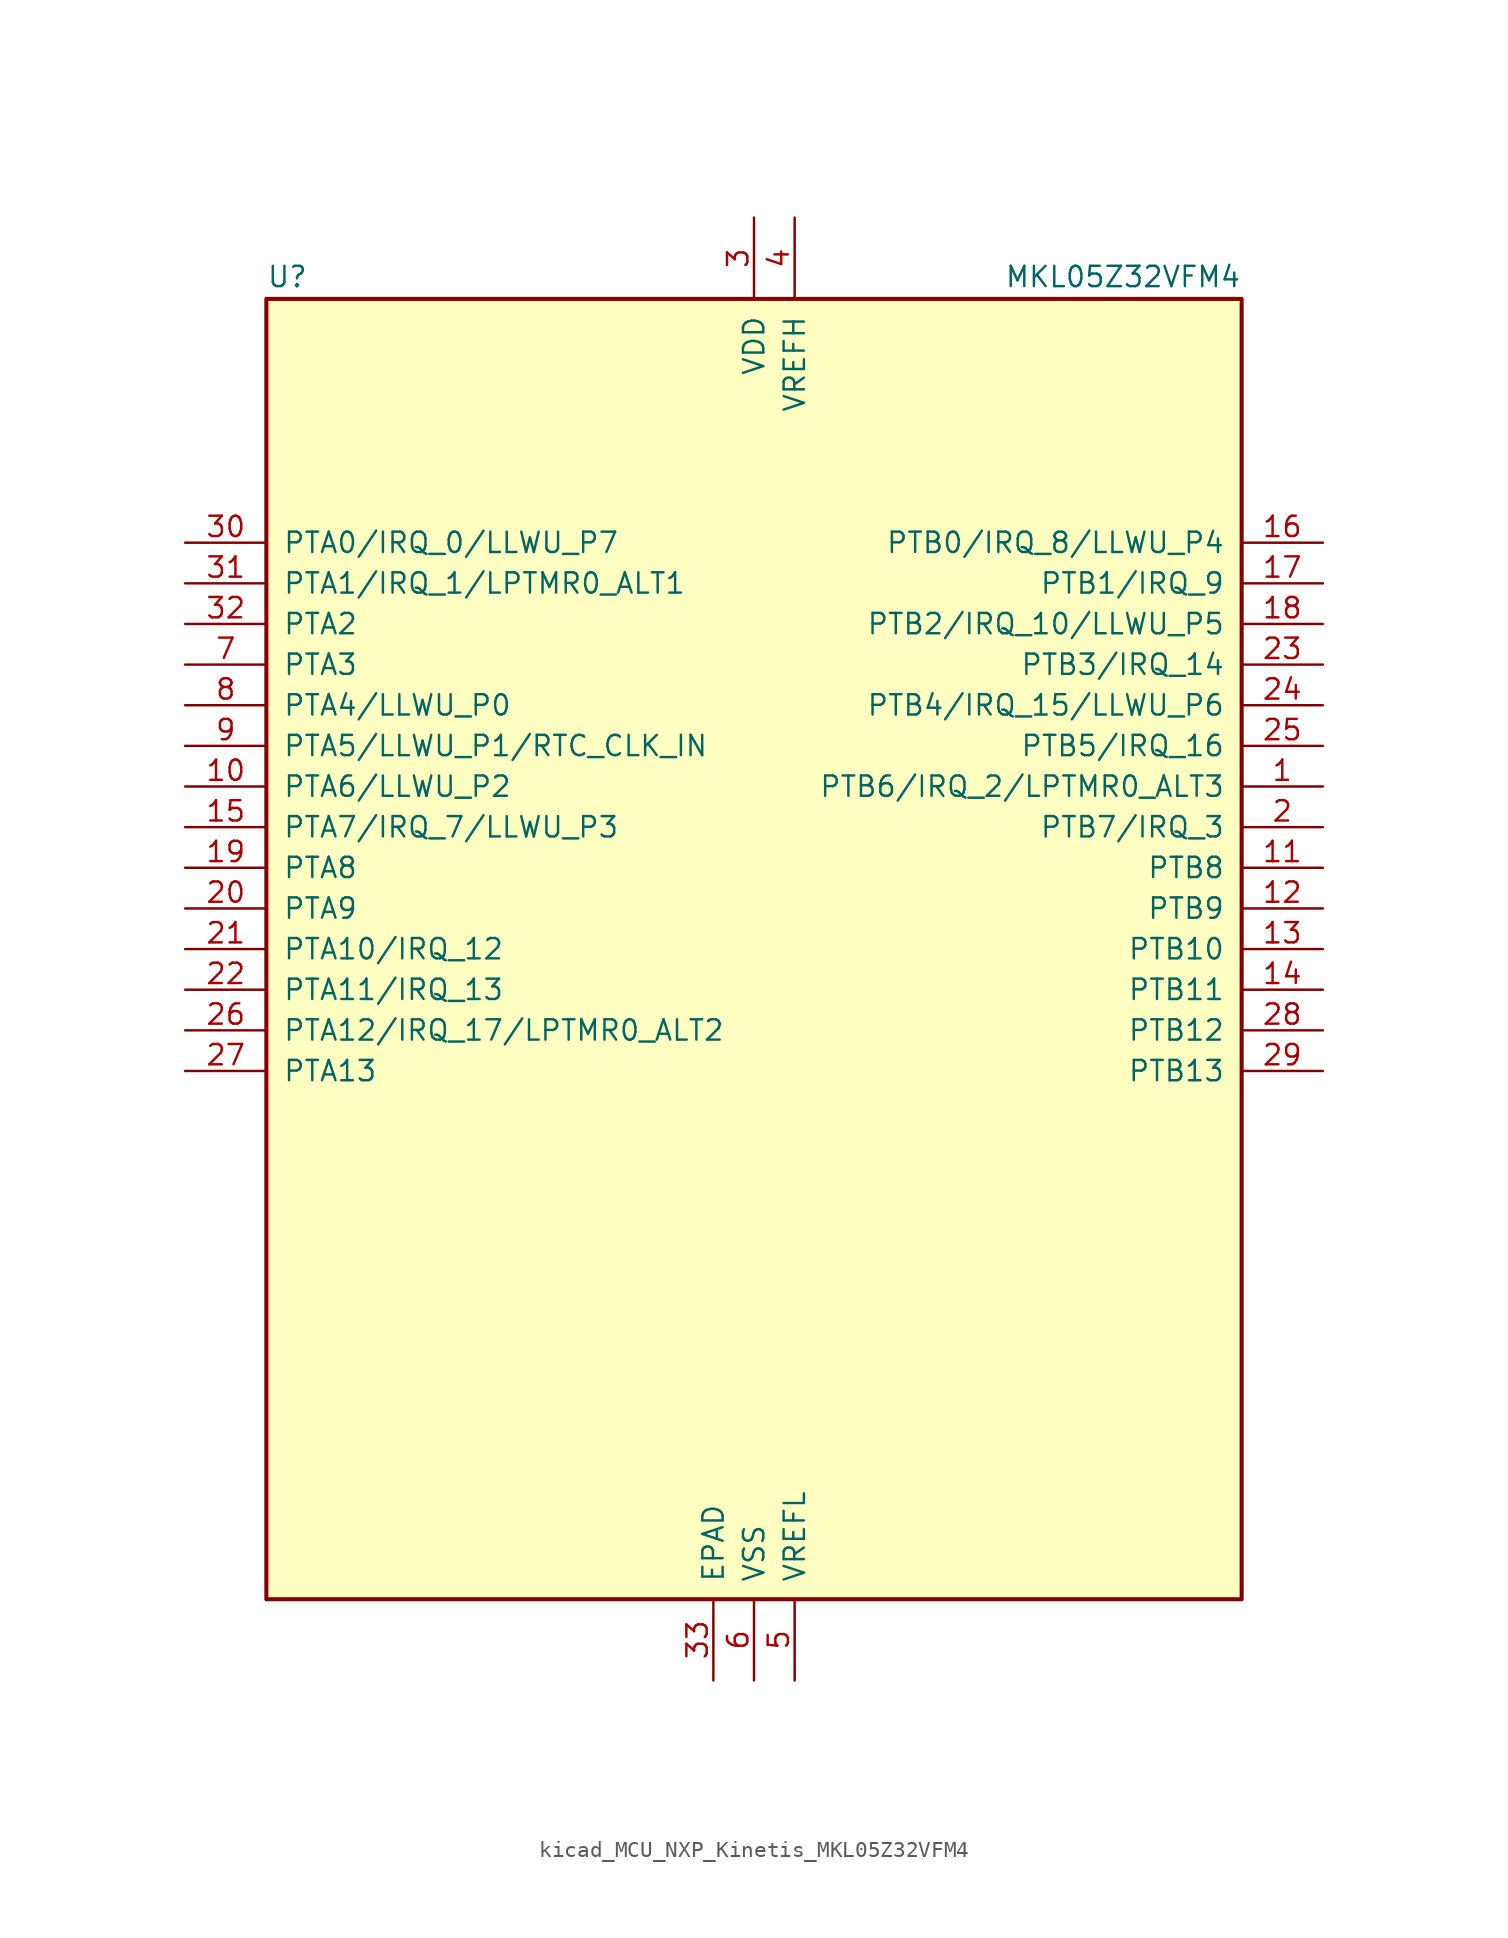
<source format=kicad_sym>
(kicad_symbol_lib
  (version 20220914)
  (generator kicad_symbol_editor)
  (symbol "kicad_MCU_NXP_Kinetis_MKL05Z32VFM4"
    (pin_names
      (offset 1.016))
    (property "Reference" "U"
      (at -30.48 41.275 0)
      (effects (font (size 1.27 1.27)) (justify left bottom)))
    (property "Value" "MKL05Z32VFM4"
      (at 30.48 41.275 0)
      (effects (font (size 1.27 1.27)) (justify right bottom)))
    (symbol "kicad_MCU_NXP_Kinetis_MKL05Z32VFM4_0_1"
      (rectangle (start -30.48 40.64) (end 30.48 -40.64) (stroke (width 0.254) (type default)) (fill (type background))))
    (symbol "kicad_MCU_NXP_Kinetis_MKL05Z32VFM4_1_1"
      (pin bidirectional line (at 35.56 10.16 180) (length 5.08) (name "PTB6/IRQ_2/LPTMR0_ALT3" (effects (font (size 1.27 1.27)))) (number "1" (effects (font (size 1.27 1.27)))))
      (pin bidirectional line (at -35.56 10.16 0) (length 5.08) (name "PTA6/LLWU_P2" (effects (font (size 1.27 1.27)))) (number "10" (effects (font (size 1.27 1.27)))))
      (pin bidirectional line (at 35.56 5.08 180) (length 5.08) (name "PTB8" (effects (font (size 1.27 1.27)))) (number "11" (effects (font (size 1.27 1.27)))))
      (pin bidirectional line (at 35.56 2.54 180) (length 5.08) (name "PTB9" (effects (font (size 1.27 1.27)))) (number "12" (effects (font (size 1.27 1.27)))))
      (pin bidirectional line (at 35.56 0 180) (length 5.08) (name "PTB10" (effects (font (size 1.27 1.27)))) (number "13" (effects (font (size 1.27 1.27)))))
      (pin bidirectional line (at 35.56 -2.54 180) (length 5.08) (name "PTB11" (effects (font (size 1.27 1.27)))) (number "14" (effects (font (size 1.27 1.27)))))
      (pin bidirectional line (at -35.56 7.62 0) (length 5.08) (name "PTA7/IRQ_7/LLWU_P3" (effects (font (size 1.27 1.27)))) (number "15" (effects (font (size 1.27 1.27)))))
      (pin bidirectional line (at 35.56 25.4 180) (length 5.08) (name "PTB0/IRQ_8/LLWU_P4" (effects (font (size 1.27 1.27)))) (number "16" (effects (font (size 1.27 1.27)))))
      (pin bidirectional line (at 35.56 22.86 180) (length 5.08) (name "PTB1/IRQ_9" (effects (font (size 1.27 1.27)))) (number "17" (effects (font (size 1.27 1.27)))))
      (pin bidirectional line (at 35.56 20.32 180) (length 5.08) (name "PTB2/IRQ_10/LLWU_P5" (effects (font (size 1.27 1.27)))) (number "18" (effects (font (size 1.27 1.27)))))
      (pin bidirectional line (at -35.56 5.08 0) (length 5.08) (name "PTA8" (effects (font (size 1.27 1.27)))) (number "19" (effects (font (size 1.27 1.27)))))
      (pin bidirectional line (at 35.56 7.62 180) (length 5.08) (name "PTB7/IRQ_3" (effects (font (size 1.27 1.27)))) (number "2" (effects (font (size 1.27 1.27)))))
      (pin bidirectional line (at -35.56 2.54 0) (length 5.08) (name "PTA9" (effects (font (size 1.27 1.27)))) (number "20" (effects (font (size 1.27 1.27)))))
      (pin bidirectional line (at -35.56 0 0) (length 5.08) (name "PTA10/IRQ_12" (effects (font (size 1.27 1.27)))) (number "21" (effects (font (size 1.27 1.27)))))
      (pin bidirectional line (at -35.56 -2.54 0) (length 5.08) (name "PTA11/IRQ_13" (effects (font (size 1.27 1.27)))) (number "22" (effects (font (size 1.27 1.27)))))
      (pin bidirectional line (at 35.56 17.78 180) (length 5.08) (name "PTB3/IRQ_14" (effects (font (size 1.27 1.27)))) (number "23" (effects (font (size 1.27 1.27)))))
      (pin bidirectional line (at 35.56 15.24 180) (length 5.08) (name "PTB4/IRQ_15/LLWU_P6" (effects (font (size 1.27 1.27)))) (number "24" (effects (font (size 1.27 1.27)))))
      (pin bidirectional line (at 35.56 12.7 180) (length 5.08) (name "PTB5/IRQ_16" (effects (font (size 1.27 1.27)))) (number "25" (effects (font (size 1.27 1.27)))))
      (pin bidirectional line (at -35.56 -5.08 0) (length 5.08) (name "PTA12/IRQ_17/LPTMR0_ALT2" (effects (font (size 1.27 1.27)))) (number "26" (effects (font (size 1.27 1.27)))))
      (pin bidirectional line (at -35.56 -7.62 0) (length 5.08) (name "PTA13" (effects (font (size 1.27 1.27)))) (number "27" (effects (font (size 1.27 1.27)))))
      (pin bidirectional line (at 35.56 -5.08 180) (length 5.08) (name "PTB12" (effects (font (size 1.27 1.27)))) (number "28" (effects (font (size 1.27 1.27)))))
      (pin bidirectional line (at 35.56 -7.62 180) (length 5.08) (name "PTB13" (effects (font (size 1.27 1.27)))) (number "29" (effects (font (size 1.27 1.27)))))
      (pin power_in line (at 0 45.72 270) (length 5.08) (name "VDD" (effects (font (size 1.27 1.27)))) (number "3" (effects (font (size 1.27 1.27)))))
      (pin bidirectional line (at -35.56 25.4 0) (length 5.08) (name "PTA0/IRQ_0/LLWU_P7" (effects (font (size 1.27 1.27)))) (number "30" (effects (font (size 1.27 1.27)))))
      (pin bidirectional line (at -35.56 22.86 0) (length 5.08) (name "PTA1/IRQ_1/LPTMR0_ALT1" (effects (font (size 1.27 1.27)))) (number "31" (effects (font (size 1.27 1.27)))))
      (pin bidirectional line (at -35.56 20.32 0) (length 5.08) (name "PTA2" (effects (font (size 1.27 1.27)))) (number "32" (effects (font (size 1.27 1.27)))))
      (pin power_in line (at -2.54 -45.72 90) (length 5.08) (name "EPAD" (effects (font (size 1.27 1.27)))) (number "33" (effects (font (size 1.27 1.27)))))
      (pin power_in line (at 2.54 45.72 270) (length 5.08) (name "VREFH" (effects (font (size 1.27 1.27)))) (number "4" (effects (font (size 1.27 1.27)))))
      (pin power_in line (at 2.54 -45.72 90) (length 5.08) (name "VREFL" (effects (font (size 1.27 1.27)))) (number "5" (effects (font (size 1.27 1.27)))))
      (pin power_in line (at 0 -45.72 90) (length 5.08) (name "VSS" (effects (font (size 1.27 1.27)))) (number "6" (effects (font (size 1.27 1.27)))))
      (pin bidirectional line (at -35.56 17.78 0) (length 5.08) (name "PTA3" (effects (font (size 1.27 1.27)))) (number "7" (effects (font (size 1.27 1.27)))))
      (pin bidirectional line (at -35.56 15.24 0) (length 5.08) (name "PTA4/LLWU_P0" (effects (font (size 1.27 1.27)))) (number "8" (effects (font (size 1.27 1.27)))))
      (pin bidirectional line (at -35.56 12.7 0) (length 5.08) (name "PTA5/LLWU_P1/RTC_CLK_IN" (effects (font (size 1.27 1.27)))) (number "9" (effects (font (size 1.27 1.27))))))))
</source>
